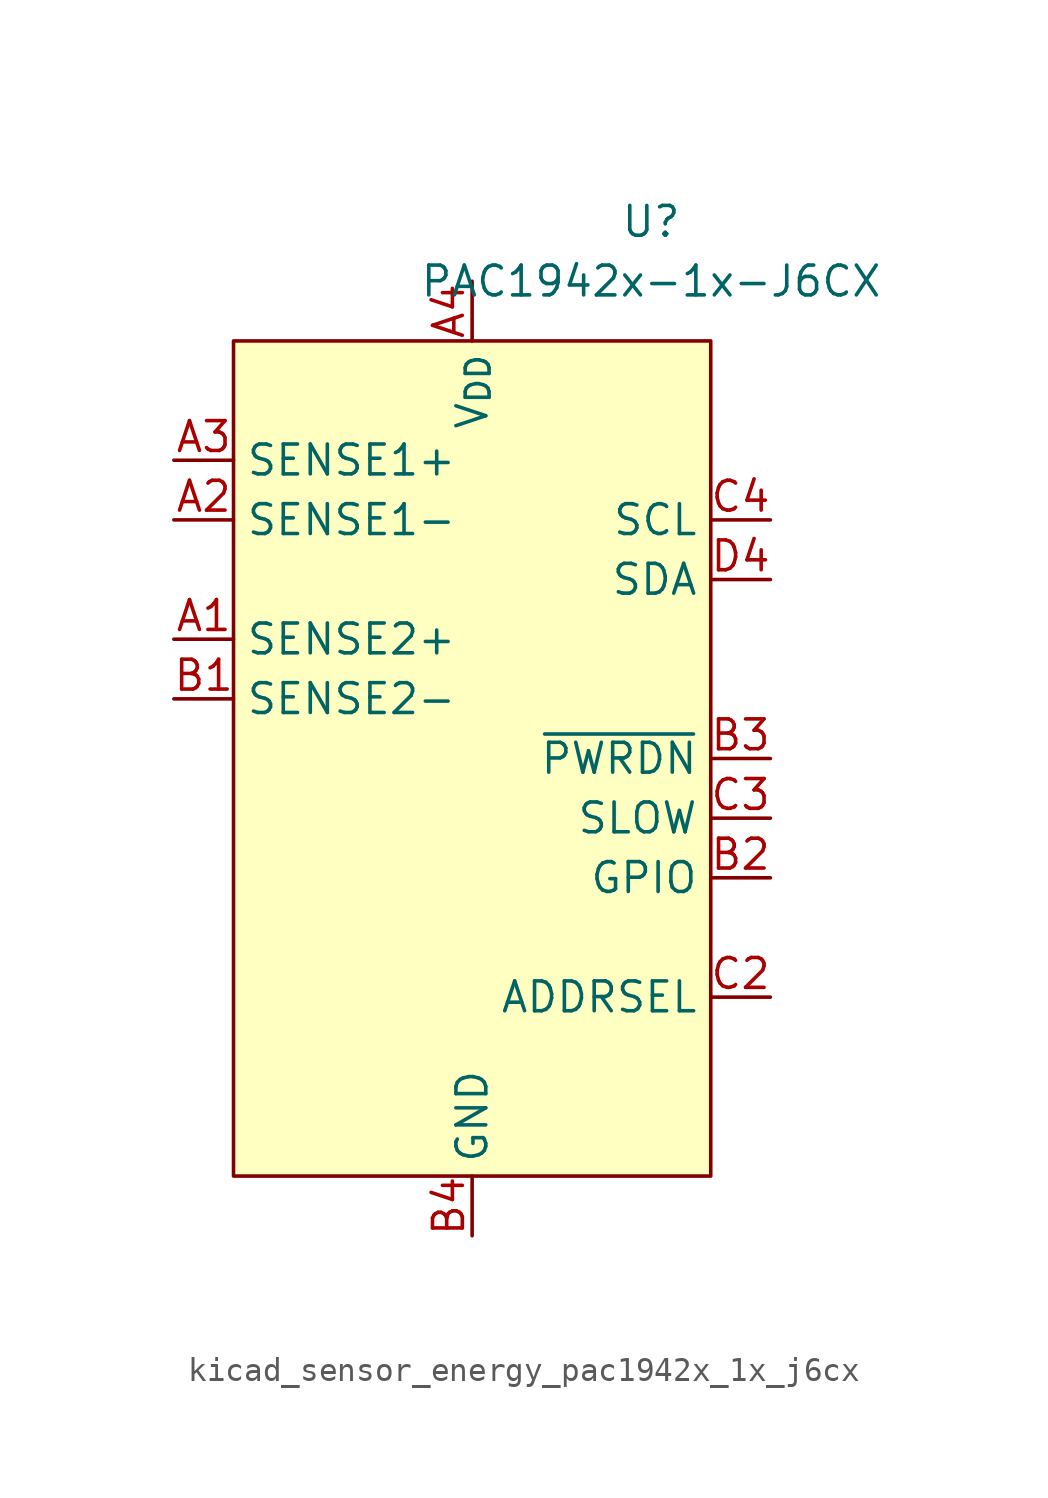
<source format=kicad_sym>
(kicad_symbol_lib
  (version 20220914)
  (generator kicad_symbol_editor)
  (symbol "kicad_sensor_energy_pac1942x_1x_j6cx"
    (property "Reference" "U"
      (at 7.62 22.86 0)
      (effects (font (size 1.27 1.27))))
    (property "Value" "PAC1942x-1x-J6CX"
      (at 7.62 20.32 0)
      (effects (font (size 1.27 1.27))))
    (symbol "kicad_sensor_energy_pac1942x_1x_j6cx_0_0"
      (pin input line (at -12.7 5.08 0) (length 2.54) (name "SENSE2+" (effects (font (size 1.27 1.27)))) (number "A1" (effects (font (size 1.27 1.27)))))
      (pin input line (at -12.7 10.16 0) (length 2.54) (name "SENSE1-" (effects (font (size 1.27 1.27)))) (number "A2" (effects (font (size 1.27 1.27)))))
      (pin input line (at -12.7 12.7 0) (length 2.54) (name "SENSE1+" (effects (font (size 1.27 1.27)))) (number "A3" (effects (font (size 1.27 1.27)))))
      (pin power_in line (at 0 20.32 270) (length 2.54) (name "V_{DD}" (effects (font (size 1.27 1.27)))) (number "A4" (effects (font (size 1.27 1.27)))))
      (pin input line (at -12.7 2.54 0) (length 2.54) (name "SENSE2-" (effects (font (size 1.27 1.27)))) (number "B1" (effects (font (size 1.27 1.27)))))
      (pin bidirectional line (at 12.7 -5.08 180) (length 2.54) (name "GPIO" (effects (font (size 1.27 1.27)))) (number "B2" (effects (font (size 1.27 1.27)))) (alternate "~{ALERT2}" open_collector line))
      (pin input line (at 12.7 0 180) (length 2.54) (name "~{PWRDN}" (effects (font (size 1.27 1.27)))) (number "B3" (effects (font (size 1.27 1.27)))))
      (pin power_in line (at 0 -20.32 90) (length 2.54) (name "GND" (effects (font (size 1.27 1.27)))) (number "B4" (effects (font (size 1.27 1.27)))))
      (pin passive line (at 0 -20.32 90) (length 2.54) hide (name "GND" (effects (font (size 1.27 1.27)))) (number "C1" (effects (font (size 1.27 1.27)))))
      (pin passive line (at 12.7 -10.16 180) (length 2.54) (name "ADDRSEL" (effects (font (size 1.27 1.27)))) (number "C2" (effects (font (size 1.27 1.27)))))
      (pin input line (at 12.7 -2.54 180) (length 2.54) (name "SLOW" (effects (font (size 1.27 1.27)))) (number "C3" (effects (font (size 1.27 1.27)))) (alternate "GPIO" bidirectional line) (alternate "~{ALERT1}" open_collector line))
      (pin input line (at 12.7 10.16 180) (length 2.54) (name "SCL" (effects (font (size 1.27 1.27)))) (number "C4" (effects (font (size 1.27 1.27)))) (alternate "SM_CLK" input line))
      (pin passive line (at 0 -20.32 90) (length 2.54) hide (name "GND" (effects (font (size 1.27 1.27)))) (number "D1" (effects (font (size 1.27 1.27)))))
      (pin passive line (at 0 -20.32 90) (length 2.54) hide (name "GND" (effects (font (size 1.27 1.27)))) (number "D2" (effects (font (size 1.27 1.27)))))
      (pin passive line (at 0 -20.32 90) (length 2.54) hide (name "GND" (effects (font (size 1.27 1.27)))) (number "D3" (effects (font (size 1.27 1.27)))))
      (pin bidirectional line (at 12.7 7.62 180) (length 2.54) (name "SDA" (effects (font (size 1.27 1.27)))) (number "D4" (effects (font (size 1.27 1.27)))) (alternate "SM_DATA" bidirectional line)))
    (symbol "kicad_sensor_energy_pac1942x_1x_j6cx_0_1"
      (rectangle (start -10.16 17.78) (end 10.16 -17.78) (stroke (width 0) (type default)) (fill (type background))))))
</source>
